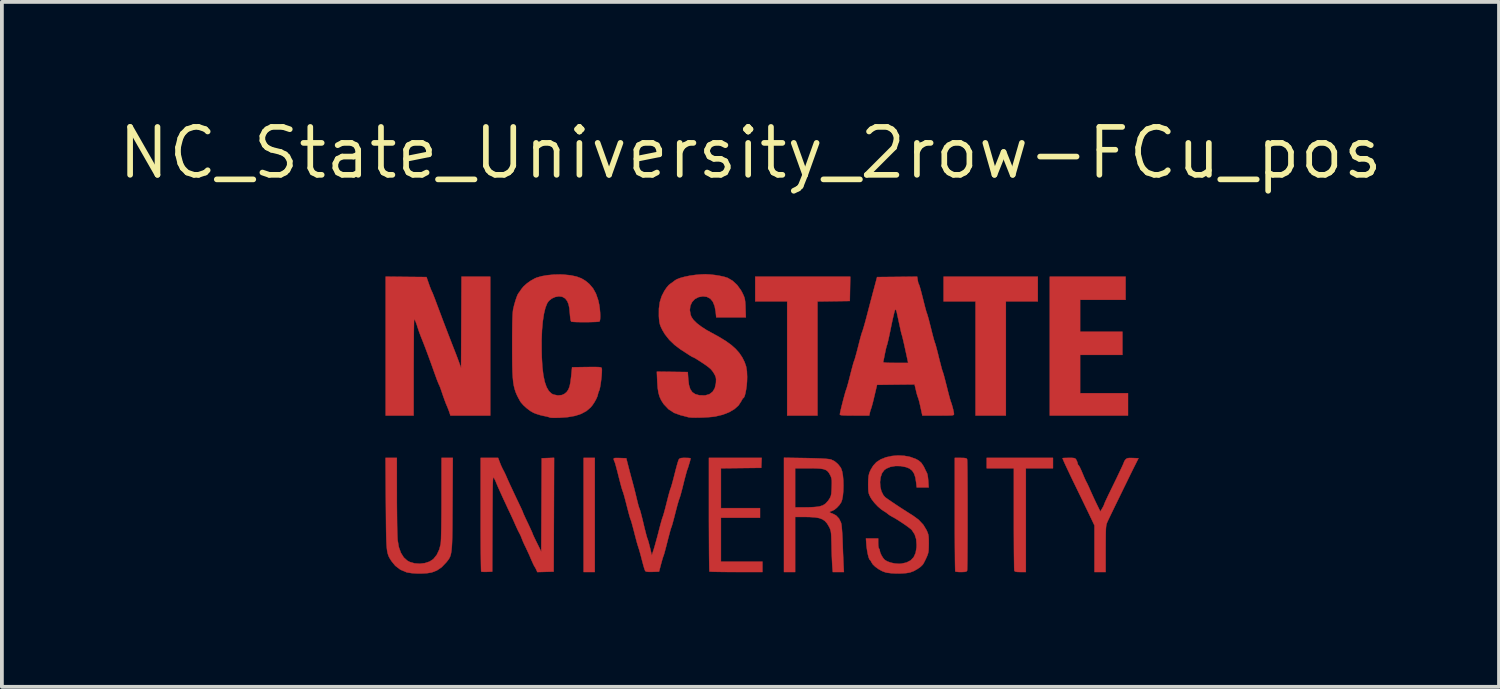
<source format=kicad_pcb>
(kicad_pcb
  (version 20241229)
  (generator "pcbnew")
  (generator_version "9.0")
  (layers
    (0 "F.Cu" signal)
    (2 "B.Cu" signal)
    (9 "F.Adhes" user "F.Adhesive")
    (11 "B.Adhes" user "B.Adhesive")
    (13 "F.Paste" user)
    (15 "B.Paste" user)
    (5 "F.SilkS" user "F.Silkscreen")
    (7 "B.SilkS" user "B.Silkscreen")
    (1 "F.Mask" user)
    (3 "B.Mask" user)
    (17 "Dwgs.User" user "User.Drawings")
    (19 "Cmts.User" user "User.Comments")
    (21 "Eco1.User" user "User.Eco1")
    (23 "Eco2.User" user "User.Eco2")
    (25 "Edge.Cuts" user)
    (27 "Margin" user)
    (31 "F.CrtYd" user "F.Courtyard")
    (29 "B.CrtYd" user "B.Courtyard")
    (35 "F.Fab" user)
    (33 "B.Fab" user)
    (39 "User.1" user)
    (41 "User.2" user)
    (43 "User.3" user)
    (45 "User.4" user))
  (footprint "NC_State_University_2row-FCu_pos"
    (layer "F.Cu")
    (at 16.85 1.006)
    (property "Reference" "NC_State_University_2row-FCu_pos" (at 0 0 0) (layer "F.SilkS") (effects (font (size 1.27 1.27) (thickness 0.15))))
    (attr through_hole)
    (fp_poly (pts (xy -4.128 11.113) (xy -4.424 11.113) (xy -4.424 8.086) (xy -4.128 8.086) (xy -4.128 11.113)) (stroke (width 0.01) (type solid)) (fill yes) (layer "F.Cu"))
    (fp_poly (pts (xy 7.62 3.937) (xy 6.773 3.937) (xy 6.773 6.964) (xy 5.969 6.964) (xy 5.969 3.937) (xy 5.122 3.937) (xy 5.122 3.281) (xy 7.62 3.281) (xy 7.62 3.937)) (stroke (width 0.01) (type solid)) (fill yes) (layer "F.Cu"))
    (fp_poly (pts (xy 2.635 3.926) (xy 2.207 3.932) (xy 1.778 3.938) (xy 1.778 6.964) (xy 0.974 6.964) (xy 0.974 3.937) (xy 0.127 3.937) (xy 0.127 3.281) (xy 2.647 3.281) (xy 2.635 3.926)) (stroke (width 0.01) (type solid)) (fill yes) (layer "F.Cu"))
    (fp_poly (pts (xy 9.948 3.895) (xy 8.742 3.895) (xy 8.742 4.741) (xy 9.864 4.741) (xy 9.864 5.355) (xy 8.742 5.355) (xy 8.742 6.371) (xy 10.012 6.371) (xy 10.012 6.964) (xy 7.938 6.964) (xy 7.938 3.281) (xy 9.948 3.281) (xy 9.948 3.895)) (stroke (width 0.01) (type solid)) (fill yes) (layer "F.Cu"))
    (fp_poly (pts (xy 8.022 8.361) (xy 7.303 8.361) (xy 7.303 11.113) (xy 7.157 11.113) (xy 7.074 11.11) (xy 7.025 11.102) (xy 7.002 11.086) (xy 6.998 11.079) (xy 6.996 11.052) (xy 6.993 10.987) (xy 6.992 10.887) (xy 6.99 10.756) (xy 6.988 10.597) (xy 6.987 10.413) (xy 6.986 10.21) (xy 6.985 9.99) (xy 6.985 9.757) (xy 6.985 9.703) (xy 6.985 8.361) (xy 6.265 8.361) (xy 6.265 8.086) (xy 8.022 8.086) (xy 8.022 8.361)) (stroke (width 0.01) (type solid)) (fill yes) (layer "F.Cu"))
    (fp_poly (pts (xy 0.292 8.218) (xy 0.286 8.35) (xy -0.249 8.356) (xy -0.783 8.362) (xy -0.783 9.419) (xy 0.254 9.419) (xy 0.254 9.673) (xy -0.783 9.673) (xy -0.783 10.837) (xy 0.318 10.837) (xy 0.318 11.113) (xy -0.377 11.113) (xy -0.545 11.112) (xy -0.699 11.111) (xy -0.834 11.109) (xy -0.945 11.107) (xy -1.027 11.104) (xy -1.076 11.101) (xy -1.087 11.098) (xy -1.089 11.075) (xy -1.091 11.014) (xy -1.093 10.916) (xy -1.095 10.787) (xy -1.097 10.628) (xy -1.098 10.445) (xy -1.099 10.239) (xy -1.1 10.016) (xy -1.101 9.777) (xy -1.101 9.585) (xy -1.101 8.086) (xy 0.298 8.086) (xy 0.292 8.218)) (stroke (width 0.01) (type solid)) (fill yes) (layer "F.Cu"))
    (fp_poly (pts (xy 5.66 8.088) (xy 5.712 8.095) (xy 5.738 8.109) (xy 5.744 8.119) (xy 5.747 8.146) (xy 5.749 8.211) (xy 5.751 8.31) (xy 5.753 8.439) (xy 5.754 8.593) (xy 5.755 8.768) (xy 5.756 8.96) (xy 5.757 9.165) (xy 5.757 9.379) (xy 5.757 9.597) (xy 5.757 9.814) (xy 5.757 10.028) (xy 5.756 10.233) (xy 5.755 10.426) (xy 5.754 10.601) (xy 5.753 10.756) (xy 5.751 10.885) (xy 5.749 10.985) (xy 5.747 11.051) (xy 5.745 11.079) (xy 5.744 11.079) (xy 5.727 11.098) (xy 5.687 11.108) (xy 5.616 11.112) (xy 5.589 11.113) (xy 5.515 11.111) (xy 5.459 11.105) (xy 5.433 11.098) (xy 5.43 11.075) (xy 5.428 11.014) (xy 5.426 10.916) (xy 5.424 10.787) (xy 5.423 10.628) (xy 5.421 10.445) (xy 5.42 10.239) (xy 5.419 10.016) (xy 5.419 9.777) (xy 5.419 9.585) (xy 5.419 8.086) (xy 5.575 8.086) (xy 5.66 8.088)) (stroke (width 0.01) (type solid)) (fill yes) (layer "F.Cu"))
    (fp_poly (pts (xy -9.132 3.286) (xy -8.59 3.291) (xy -8.531 3.462) (xy -8.501 3.546) (xy -8.473 3.618) (xy -8.452 3.666) (xy -8.448 3.674) (xy -8.431 3.709) (xy -8.405 3.775) (xy -8.371 3.862) (xy -8.334 3.961) (xy -8.331 3.969) (xy -8.277 4.113) (xy -8.212 4.286) (xy -8.14 4.478) (xy -8.064 4.676) (xy -7.989 4.871) (xy -7.919 5.052) (xy -7.858 5.208) (xy -7.85 5.228) (xy -7.809 5.333) (xy -7.765 5.449) (xy -7.73 5.544) (xy -7.673 5.702) (xy -7.662 3.281) (xy -6.9 3.281) (xy -6.9 6.964) (xy -7.955 6.964) (xy -7.981 6.884) (xy -8.005 6.817) (xy -8.037 6.736) (xy -8.053 6.699) (xy -8.081 6.632) (xy -8.115 6.54) (xy -8.152 6.437) (xy -8.17 6.382) (xy -8.201 6.292) (xy -8.228 6.216) (xy -8.249 6.164) (xy -8.258 6.147) (xy -8.271 6.119) (xy -8.295 6.06) (xy -8.327 5.977) (xy -8.362 5.879) (xy -8.369 5.861) (xy -8.465 5.591) (xy -8.551 5.356) (xy -8.625 5.158) (xy -8.687 4.999) (xy -8.71 4.942) (xy -8.751 4.838) (xy -8.794 4.722) (xy -8.828 4.619) (xy -8.829 4.614) (xy -8.854 4.538) (xy -8.876 4.479) (xy -8.89 4.447) (xy -8.892 4.445) (xy -8.91 4.418) (xy -8.917 4.403) (xy -8.919 4.418) (xy -8.921 4.471) (xy -8.923 4.56) (xy -8.925 4.681) (xy -8.927 4.83) (xy -8.928 5.004) (xy -8.929 5.199) (xy -8.93 5.412) (xy -8.931 5.64) (xy -8.931 5.667) (xy -8.932 6.964) (xy -9.673 6.964) (xy -9.673 3.28) (xy -9.132 3.286)) (stroke (width 0.01) (type solid)) (fill yes) (layer "F.Cu"))
    (fp_poly (pts (xy -9.376 9.075) (xy -9.376 9.284) (xy -9.374 9.487) (xy -9.372 9.678) (xy -9.37 9.853) (xy -9.367 10.005) (xy -9.363 10.13) (xy -9.359 10.221) (xy -9.356 10.266) (xy -9.325 10.449) (xy -9.27 10.603) (xy -9.194 10.725) (xy -9.097 10.813) (xy -9.034 10.846) (xy -8.905 10.883) (xy -8.768 10.893) (xy -8.632 10.876) (xy -8.51 10.836) (xy -8.413 10.773) (xy -8.407 10.768) (xy -8.316 10.654) (xy -8.25 10.512) (xy -8.214 10.369) (xy -8.209 10.317) (xy -8.204 10.226) (xy -8.201 10.101) (xy -8.197 9.943) (xy -8.195 9.758) (xy -8.193 9.549) (xy -8.192 9.318) (xy -8.192 9.16) (xy -8.191 8.086) (xy -7.893 8.086) (xy -7.9 9.308) (xy -7.902 9.581) (xy -7.903 9.814) (xy -7.905 10.012) (xy -7.908 10.179) (xy -7.912 10.317) (xy -7.918 10.43) (xy -7.926 10.522) (xy -7.936 10.595) (xy -7.948 10.655) (xy -7.964 10.703) (xy -7.984 10.744) (xy -8.007 10.781) (xy -8.034 10.817) (xy -8.066 10.856) (xy -8.071 10.862) (xy -8.19 10.986) (xy -8.315 11.071) (xy -8.451 11.123) (xy -8.459 11.125) (xy -8.571 11.143) (xy -8.706 11.151) (xy -8.849 11.151) (xy -8.984 11.142) (xy -9.098 11.124) (xy -9.127 11.116) (xy -9.284 11.049) (xy -9.417 10.948) (xy -9.514 10.829) (xy -9.543 10.785) (xy -9.568 10.744) (xy -9.59 10.703) (xy -9.607 10.659) (xy -9.622 10.608) (xy -9.634 10.546) (xy -9.643 10.47) (xy -9.65 10.377) (xy -9.655 10.262) (xy -9.659 10.122) (xy -9.662 9.953) (xy -9.664 9.753) (xy -9.666 9.517) (xy -9.668 9.287) (xy -9.676 8.086) (xy -9.377 8.086) (xy -9.376 9.075)) (stroke (width 0.01) (type solid)) (fill yes) (layer "F.Cu"))
    (fp_poly (pts (xy 8.529 8.086) (xy 8.582 8.091) (xy 8.612 8.102) (xy 8.632 8.123) (xy 8.646 8.148) (xy 8.669 8.201) (xy 8.678 8.243) (xy 8.678 8.243) (xy 8.688 8.272) (xy 8.697 8.276) (xy 8.712 8.295) (xy 8.739 8.344) (xy 8.773 8.418) (xy 8.805 8.493) (xy 8.843 8.583) (xy 8.876 8.659) (xy 8.901 8.711) (xy 8.912 8.731) (xy 8.927 8.759) (xy 8.954 8.816) (xy 8.989 8.892) (xy 9.006 8.932) (xy 9.053 9.036) (xy 9.108 9.157) (xy 9.163 9.273) (xy 9.181 9.31) (xy 9.278 9.508) (xy 9.327 9.426) (xy 9.357 9.373) (xy 9.375 9.333) (xy 9.377 9.325) (xy 9.386 9.3) (xy 9.41 9.244) (xy 9.447 9.165) (xy 9.492 9.069) (xy 9.512 9.029) (xy 9.621 8.805) (xy 9.713 8.616) (xy 9.787 8.46) (xy 9.844 8.34) (xy 9.883 8.255) (xy 9.903 8.206) (xy 9.906 8.196) (xy 9.919 8.167) (xy 9.946 8.13) (xy 9.973 8.106) (xy 10.006 8.093) (xy 10.057 8.088) (xy 10.139 8.09) (xy 10.29 8.096) (xy 10.216 8.244) (xy 10.171 8.333) (xy 10.115 8.446) (xy 10.05 8.578) (xy 9.979 8.724) (xy 9.903 8.879) (xy 9.826 9.037) (xy 9.75 9.193) (xy 9.677 9.342) (xy 9.611 9.479) (xy 9.553 9.598) (xy 9.507 9.694) (xy 9.474 9.763) (xy 9.459 9.797) (xy 9.447 9.827) (xy 9.438 9.862) (xy 9.431 9.906) (xy 9.426 9.964) (xy 9.423 10.043) (xy 9.421 10.147) (xy 9.42 10.282) (xy 9.419 10.452) (xy 9.419 10.5) (xy 9.419 11.113) (xy 9.123 11.113) (xy 9.123 9.878) (xy 9.057 9.738) (xy 9.037 9.696) (xy 9.014 9.649) (xy 8.988 9.593) (xy 8.955 9.524) (xy 8.914 9.44) (xy 8.863 9.335) (xy 8.801 9.206) (xy 8.725 9.05) (xy 8.634 8.862) (xy 8.555 8.7) (xy 8.481 8.545) (xy 8.415 8.406) (xy 8.359 8.287) (xy 8.316 8.193) (xy 8.288 8.128) (xy 8.276 8.095) (xy 8.276 8.094) (xy 8.296 8.09) (xy 8.347 8.087) (xy 8.422 8.086) (xy 8.445 8.086) (xy 8.529 8.086)) (stroke (width 0.01) (type solid)) (fill yes) (layer "F.Cu"))
    (fp_poly (pts (xy 1.466 8.091) (xy 1.686 8.096) (xy 1.863 8.102) (xy 1.999 8.11) (xy 2.092 8.12) (xy 2.135 8.128) (xy 2.23 8.174) (xy 2.32 8.25) (xy 2.392 8.342) (xy 2.403 8.363) (xy 2.431 8.443) (xy 2.451 8.554) (xy 2.463 8.686) (xy 2.466 8.826) (xy 2.462 8.966) (xy 2.45 9.095) (xy 2.429 9.201) (xy 2.406 9.265) (xy 2.357 9.337) (xy 2.293 9.406) (xy 2.225 9.462) (xy 2.164 9.492) (xy 2.16 9.493) (xy 2.109 9.51) (xy 2.101 9.528) (xy 2.134 9.549) (xy 2.178 9.564) (xy 2.271 9.613) (xy 2.348 9.694) (xy 2.399 9.798) (xy 2.41 9.838) (xy 2.418 9.894) (xy 2.426 9.983) (xy 2.434 10.095) (xy 2.441 10.22) (xy 2.444 10.31) (xy 2.449 10.451) (xy 2.454 10.597) (xy 2.46 10.734) (xy 2.465 10.849) (xy 2.467 10.896) (xy 2.478 11.113) (xy 2.184 11.113) (xy 2.171 10.959) (xy 2.167 10.887) (xy 2.162 10.782) (xy 2.157 10.657) (xy 2.153 10.52) (xy 2.151 10.414) (xy 2.147 10.275) (xy 2.144 10.172) (xy 2.139 10.095) (xy 2.132 10.039) (xy 2.121 9.996) (xy 2.107 9.958) (xy 2.087 9.917) (xy 2.083 9.91) (xy 2.033 9.825) (xy 1.976 9.761) (xy 1.908 9.714) (xy 1.822 9.682) (xy 1.71 9.663) (xy 1.568 9.654) (xy 1.438 9.652) (xy 1.185 9.652) (xy 1.185 11.113) (xy 0.889 11.113) (xy 0.889 8.361) (xy 1.185 8.361) (xy 1.185 9.398) (xy 1.449 9.398) (xy 1.563 9.396) (xy 1.673 9.391) (xy 1.766 9.383) (xy 1.825 9.375) (xy 1.918 9.346) (xy 1.992 9.298) (xy 2.06 9.223) (xy 2.092 9.176) (xy 2.117 9.132) (xy 2.134 9.088) (xy 2.145 9.031) (xy 2.151 8.952) (xy 2.155 8.865) (xy 2.158 8.76) (xy 2.157 8.686) (xy 2.149 8.632) (xy 2.135 8.586) (xy 2.116 8.545) (xy 2.082 8.484) (xy 2.045 8.439) (xy 1.997 8.406) (xy 1.933 8.383) (xy 1.846 8.37) (xy 1.731 8.363) (xy 1.581 8.361) (xy 1.548 8.361) (xy 1.185 8.361) (xy 0.889 8.361) (xy 0.889 8.082) (xy 1.466 8.091)) (stroke (width 0.01) (type solid)) (fill yes) (layer "F.Cu"))
    (fp_poly (pts (xy -5.212 9.593) (xy -5.218 11.102) (xy -5.435 11.108) (xy -5.652 11.114) (xy -5.677 11.055) (xy -5.704 11.001) (xy -5.727 10.964) (xy -5.746 10.93) (xy -5.775 10.869) (xy -5.809 10.792) (xy -5.817 10.774) (xy -5.861 10.67) (xy -5.914 10.555) (xy -5.958 10.461) (xy -6 10.375) (xy -6.038 10.29) (xy -6.064 10.223) (xy -6.066 10.218) (xy -6.092 10.152) (xy -6.119 10.098) (xy -6.125 10.086) (xy -6.146 10.048) (xy -6.178 9.983) (xy -6.215 9.901) (xy -6.232 9.864) (xy -6.276 9.764) (xy -6.323 9.661) (xy -6.363 9.574) (xy -6.371 9.557) (xy -6.43 9.434) (xy -6.49 9.304) (xy -6.551 9.174) (xy -6.607 9.05) (xy -6.658 8.938) (xy -6.699 8.846) (xy -6.728 8.778) (xy -6.742 8.743) (xy -6.764 8.689) (xy -6.796 8.628) (xy -6.797 8.627) (xy -6.805 8.614) (xy -6.812 8.608) (xy -6.818 8.61) (xy -6.823 8.623) (xy -6.827 8.652) (xy -6.83 8.699) (xy -6.833 8.766) (xy -6.835 8.857) (xy -6.837 8.975) (xy -6.838 9.122) (xy -6.839 9.303) (xy -6.841 9.519) (xy -6.842 9.773) (xy -6.842 9.832) (xy -6.847 11.102) (xy -6.986 11.108) (xy -7.059 11.109) (xy -7.115 11.106) (xy -7.139 11.099) (xy -7.142 11.076) (xy -7.144 11.014) (xy -7.146 10.917) (xy -7.148 10.787) (xy -7.15 10.629) (xy -7.152 10.445) (xy -7.153 10.239) (xy -7.154 10.016) (xy -7.154 9.777) (xy -7.154 9.585) (xy -7.154 8.086) (xy -6.692 8.086) (xy -6.646 8.207) (xy -6.614 8.287) (xy -6.579 8.363) (xy -6.559 8.401) (xy -6.528 8.46) (xy -6.49 8.539) (xy -6.466 8.594) (xy -6.436 8.664) (xy -6.394 8.756) (xy -6.339 8.874) (xy -6.27 9.022) (xy -6.185 9.202) (xy -6.115 9.348) (xy -6.078 9.426) (xy -6.05 9.488) (xy -6.034 9.526) (xy -6.032 9.533) (xy -6.024 9.555) (xy -6 9.609) (xy -5.965 9.686) (xy -5.921 9.779) (xy -5.905 9.811) (xy -5.86 9.908) (xy -5.821 9.992) (xy -5.793 10.054) (xy -5.779 10.088) (xy -5.778 10.092) (xy -5.769 10.116) (xy -5.745 10.169) (xy -5.709 10.245) (xy -5.665 10.335) (xy -5.662 10.34) (xy -5.547 10.573) (xy -5.541 9.335) (xy -5.535 8.096) (xy -5.371 8.09) (xy -5.207 8.084) (xy -5.212 9.593)) (stroke (width 0.01) (type solid)) (fill yes) (layer "F.Cu"))
    (fp_poly (pts (xy -1.076 3.223) (xy -0.945 3.237) (xy -0.814 3.258) (xy -0.696 3.284) (xy -0.607 3.312) (xy -0.603 3.314) (xy -0.473 3.39) (xy -0.354 3.5) (xy -0.254 3.638) (xy -0.221 3.697) (xy -0.186 3.769) (xy -0.162 3.827) (xy -0.148 3.883) (xy -0.139 3.95) (xy -0.133 4.039) (xy -0.131 4.11) (xy -0.122 4.36) (xy -0.907 4.36) (xy -0.921 4.217) (xy -0.949 4.063) (xy -0.997 3.945) (xy -1.065 3.863) (xy -1.156 3.815) (xy -1.26 3.802) (xy -1.378 3.823) (xy -1.475 3.875) (xy -1.548 3.954) (xy -1.594 4.053) (xy -1.608 4.166) (xy -1.588 4.288) (xy -1.564 4.35) (xy -1.511 4.427) (xy -1.424 4.513) (xy -1.307 4.603) (xy -1.167 4.694) (xy -1.048 4.76) (xy -0.834 4.877) (xy -0.656 4.986) (xy -0.51 5.091) (xy -0.392 5.196) (xy -0.297 5.303) (xy -0.221 5.416) (xy -0.216 5.424) (xy -0.156 5.544) (xy -0.115 5.662) (xy -0.094 5.79) (xy -0.088 5.939) (xy -0.091 6.054) (xy -0.1 6.166) (xy -0.115 6.273) (xy -0.133 6.368) (xy -0.153 6.442) (xy -0.174 6.488) (xy -0.188 6.498) (xy -0.206 6.516) (xy -0.232 6.56) (xy -0.245 6.586) (xy -0.316 6.695) (xy -0.425 6.792) (xy -0.566 6.875) (xy -0.736 6.941) (xy -0.931 6.987) (xy -0.931 6.987) (xy -1.013 6.998) (xy -1.117 7.007) (xy -1.233 7.014) (xy -1.352 7.018) (xy -1.464 7.019) (xy -1.559 7.017) (xy -1.627 7.011) (xy -1.651 7.006) (xy -1.698 6.993) (xy -1.771 6.974) (xy -1.852 6.954) (xy -2.023 6.893) (xy -2.172 6.796) (xy -2.295 6.666) (xy -2.308 6.649) (xy -2.367 6.556) (xy -2.41 6.463) (xy -2.439 6.359) (xy -2.459 6.234) (xy -2.47 6.077) (xy -2.471 6.058) (xy -2.482 5.799) (xy -1.662 5.81) (xy -1.649 6.003) (xy -1.631 6.151) (xy -1.596 6.264) (xy -1.541 6.344) (xy -1.463 6.396) (xy -1.359 6.425) (xy -1.339 6.427) (xy -1.2 6.429) (xy -1.088 6.397) (xy -1.003 6.333) (xy -0.945 6.237) (xy -0.916 6.109) (xy -0.914 6.083) (xy -0.911 6.003) (xy -0.919 5.946) (xy -0.942 5.89) (xy -0.975 5.833) (xy -1.012 5.778) (xy -1.056 5.728) (xy -1.115 5.678) (xy -1.197 5.618) (xy -1.27 5.569) (xy -1.357 5.512) (xy -1.431 5.465) (xy -1.486 5.433) (xy -1.514 5.419) (xy -1.515 5.419) (xy -1.542 5.408) (xy -1.591 5.379) (xy -1.64 5.348) (xy -1.72 5.296) (xy -1.81 5.237) (xy -1.863 5.203) (xy -2.012 5.09) (xy -2.151 4.956) (xy -2.266 4.811) (xy -2.335 4.696) (xy -2.374 4.616) (xy -2.399 4.55) (xy -2.414 4.484) (xy -2.423 4.401) (xy -2.428 4.326) (xy -2.427 4.127) (xy -2.403 3.954) (xy -2.353 3.796) (xy -2.285 3.663) (xy -2.225 3.573) (xy -2.165 3.503) (xy -2.124 3.47) (xy -2.069 3.432) (xy -2.025 3.398) (xy -2.02 3.393) (xy -1.961 3.354) (xy -1.868 3.317) (xy -1.748 3.284) (xy -1.61 3.255) (xy -1.461 3.234) (xy -1.309 3.221) (xy -1.194 3.217) (xy -1.076 3.223)) (stroke (width 0.01) (type solid)) (fill yes) (layer "F.Cu"))
    (fp_poly (pts (xy 4.08 8.031) (xy 4.24 8.062) (xy 4.388 8.116) (xy 4.46 8.156) (xy 4.531 8.217) (xy 4.591 8.307) (xy 4.604 8.332) (xy 4.638 8.404) (xy 4.669 8.466) (xy 4.685 8.498) (xy 4.696 8.539) (xy 4.707 8.609) (xy 4.715 8.693) (xy 4.716 8.705) (xy 4.726 8.869) (xy 4.409 8.869) (xy 4.397 8.756) (xy 4.375 8.611) (xy 4.339 8.502) (xy 4.287 8.422) (xy 4.214 8.366) (xy 4.126 8.331) (xy 3.984 8.303) (xy 3.843 8.301) (xy 3.712 8.324) (xy 3.602 8.37) (xy 3.548 8.41) (xy 3.488 8.493) (xy 3.451 8.602) (xy 3.436 8.724) (xy 3.443 8.85) (xy 3.472 8.97) (xy 3.523 9.072) (xy 3.57 9.127) (xy 3.603 9.152) (xy 3.665 9.196) (xy 3.749 9.253) (xy 3.847 9.319) (xy 3.954 9.39) (xy 4.062 9.46) (xy 4.164 9.525) (xy 4.252 9.581) (xy 4.297 9.608) (xy 4.459 9.726) (xy 4.585 9.861) (xy 4.669 10.001) (xy 4.696 10.062) (xy 4.714 10.115) (xy 4.724 10.173) (xy 4.728 10.247) (xy 4.729 10.351) (xy 4.729 10.361) (xy 4.727 10.468) (xy 4.723 10.546) (xy 4.713 10.607) (xy 4.695 10.664) (xy 4.667 10.73) (xy 4.666 10.732) (xy 4.63 10.807) (xy 4.596 10.873) (xy 4.572 10.913) (xy 4.511 10.974) (xy 4.424 11.035) (xy 4.326 11.089) (xy 4.232 11.124) (xy 4.133 11.141) (xy 4.008 11.15) (xy 3.871 11.152) (xy 3.738 11.145) (xy 3.623 11.131) (xy 3.578 11.121) (xy 3.49 11.087) (xy 3.398 11.036) (xy 3.313 10.975) (xy 3.247 10.912) (xy 3.21 10.856) (xy 3.189 10.813) (xy 3.171 10.795) (xy 3.171 10.795) (xy 3.154 10.775) (xy 3.134 10.723) (xy 3.114 10.646) (xy 3.096 10.554) (xy 3.082 10.456) (xy 3.076 10.399) (xy 3.063 10.223) (xy 3.387 10.223) (xy 3.387 10.349) (xy 3.39 10.419) (xy 3.399 10.47) (xy 3.408 10.488) (xy 3.425 10.518) (xy 3.429 10.543) (xy 3.442 10.601) (xy 3.476 10.674) (xy 3.521 10.745) (xy 3.56 10.789) (xy 3.625 10.829) (xy 3.718 10.863) (xy 3.825 10.886) (xy 3.932 10.895) (xy 3.996 10.892) (xy 4.138 10.861) (xy 4.249 10.804) (xy 4.329 10.719) (xy 4.381 10.604) (xy 4.405 10.458) (xy 4.407 10.39) (xy 4.395 10.24) (xy 4.355 10.114) (xy 4.283 10.004) (xy 4.28 9.999) (xy 4.244 9.966) (xy 4.18 9.918) (xy 4.099 9.859) (xy 4.008 9.798) (xy 3.916 9.738) (xy 3.833 9.687) (xy 3.772 9.654) (xy 3.709 9.618) (xy 3.658 9.583) (xy 3.644 9.572) (xy 3.598 9.535) (xy 3.549 9.505) (xy 3.467 9.45) (xy 3.376 9.371) (xy 3.289 9.279) (xy 3.217 9.186) (xy 3.185 9.134) (xy 3.157 9.078) (xy 3.139 9.03) (xy 3.129 8.977) (xy 3.124 8.91) (xy 3.122 8.815) (xy 3.122 8.777) (xy 3.125 8.655) (xy 3.134 8.561) (xy 3.153 8.483) (xy 3.186 8.408) (xy 3.237 8.322) (xy 3.257 8.291) (xy 3.341 8.199) (xy 3.456 8.125) (xy 3.594 8.07) (xy 3.75 8.036) (xy 3.914 8.022) (xy 4.08 8.031)) (stroke (width 0.01) (type solid)) (fill yes) (layer "F.Cu"))
    (fp_poly (pts (xy -4.953 3.226) (xy -4.766 3.245) (xy -4.611 3.278) (xy -4.48 3.327) (xy -4.366 3.397) (xy -4.272 3.476) (xy -4.174 3.591) (xy -4.097 3.73) (xy -4.039 3.899) (xy -4.032 3.926) (xy -4.011 4.023) (xy -3.996 4.129) (xy -3.986 4.234) (xy -3.983 4.329) (xy -3.986 4.407) (xy -3.996 4.456) (xy -4.004 4.469) (xy -4.035 4.475) (xy -4.098 4.48) (xy -4.187 4.483) (xy -4.291 4.486) (xy -4.402 4.486) (xy -4.511 4.486) (xy -4.61 4.484) (xy -4.689 4.48) (xy -4.741 4.475) (xy -4.754 4.471) (xy -4.765 4.444) (xy -4.776 4.386) (xy -4.785 4.305) (xy -4.789 4.253) (xy -4.802 4.114) (xy -4.824 4.009) (xy -4.858 3.929) (xy -4.906 3.866) (xy -4.919 3.854) (xy -4.992 3.813) (xy -5.081 3.802) (xy -5.177 3.819) (xy -5.268 3.86) (xy -5.345 3.922) (xy -5.389 3.983) (xy -5.438 4.106) (xy -5.477 4.269) (xy -5.507 4.467) (xy -5.528 4.699) (xy -5.538 4.962) (xy -5.537 5.252) (xy -5.533 5.419) (xy -5.518 5.675) (xy -5.492 5.892) (xy -5.455 6.07) (xy -5.406 6.21) (xy -5.346 6.313) (xy -5.274 6.382) (xy -5.226 6.406) (xy -5.106 6.431) (xy -4.998 6.419) (xy -4.93 6.387) (xy -4.873 6.339) (xy -4.83 6.277) (xy -4.797 6.194) (xy -4.773 6.082) (xy -4.755 5.935) (xy -4.754 5.93) (xy -4.73 5.683) (xy -4.344 5.677) (xy -4.205 5.676) (xy -4.104 5.676) (xy -4.033 5.678) (xy -3.987 5.682) (xy -3.961 5.689) (xy -3.947 5.7) (xy -3.944 5.707) (xy -3.939 5.747) (xy -3.941 5.819) (xy -3.947 5.911) (xy -3.958 6.013) (xy -3.971 6.114) (xy -3.986 6.203) (xy -4 6.27) (xy -4.011 6.3) (xy -4.033 6.352) (xy -4.043 6.392) (xy -4.056 6.447) (xy -4.089 6.523) (xy -4.135 6.606) (xy -4.188 6.686) (xy -4.24 6.749) (xy -4.353 6.845) (xy -4.489 6.918) (xy -4.65 6.971) (xy -4.843 7.005) (xy -5.059 7.021) (xy -5.157 7.023) (xy -5.239 7.023) (xy -5.295 7.02) (xy -5.317 7.016) (xy -5.344 7.005) (xy -5.4 6.99) (xy -5.475 6.974) (xy -5.483 6.973) (xy -5.58 6.95) (xy -5.681 6.918) (xy -5.75 6.891) (xy -5.836 6.842) (xy -5.928 6.773) (xy -6.014 6.696) (xy -6.082 6.62) (xy -6.107 6.583) (xy -6.155 6.496) (xy -6.195 6.416) (xy -6.228 6.337) (xy -6.254 6.256) (xy -6.275 6.168) (xy -6.291 6.068) (xy -6.302 5.95) (xy -6.31 5.811) (xy -6.315 5.646) (xy -6.317 5.45) (xy -6.318 5.219) (xy -6.318 5.112) (xy -6.318 4.872) (xy -6.316 4.672) (xy -6.314 4.507) (xy -6.31 4.375) (xy -6.305 4.273) (xy -6.299 4.197) (xy -6.292 4.144) (xy -6.29 4.138) (xy -6.265 4.032) (xy -6.235 3.927) (xy -6.204 3.834) (xy -6.176 3.763) (xy -6.153 3.722) (xy -6.152 3.72) (xy -6.125 3.686) (xy -6.089 3.633) (xy -6.078 3.615) (xy -6.017 3.54) (xy -5.929 3.461) (xy -5.825 3.387) (xy -5.717 3.327) (xy -5.666 3.305) (xy -5.539 3.269) (xy -5.384 3.242) (xy -5.214 3.226) (xy -5.042 3.222) (xy -4.953 3.226)) (stroke (width 0.01) (type solid)) (fill yes) (layer "F.Cu"))
    (fp_poly (pts (xy -1.659 8.087) (xy -1.608 8.092) (xy -1.588 8.098) (xy -1.587 8.098) (xy -1.593 8.13) (xy -1.608 8.188) (xy -1.629 8.257) (xy -1.649 8.325) (xy -1.667 8.377) (xy -1.674 8.393) (xy -1.685 8.427) (xy -1.704 8.494) (xy -1.729 8.587) (xy -1.758 8.697) (xy -1.778 8.779) (xy -1.807 8.896) (xy -1.835 9.001) (xy -1.858 9.085) (xy -1.876 9.141) (xy -1.883 9.16) (xy -1.895 9.192) (xy -1.915 9.258) (xy -1.941 9.349) (xy -1.97 9.459) (xy -1.992 9.545) (xy -2.022 9.663) (xy -2.05 9.767) (xy -2.073 9.851) (xy -2.09 9.907) (xy -2.098 9.926) (xy -2.109 9.957) (xy -2.128 10.021) (xy -2.152 10.112) (xy -2.181 10.22) (xy -2.203 10.308) (xy -2.233 10.425) (xy -2.26 10.527) (xy -2.282 10.609) (xy -2.298 10.662) (xy -2.304 10.679) (xy -2.315 10.707) (xy -2.334 10.767) (xy -2.356 10.847) (xy -2.371 10.901) (xy -2.424 11.102) (xy -2.595 11.108) (xy -2.695 11.109) (xy -2.758 11.102) (xy -2.789 11.087) (xy -2.789 11.087) (xy -2.802 11.057) (xy -2.823 10.994) (xy -2.847 10.908) (xy -2.874 10.807) (xy -2.877 10.795) (xy -2.905 10.687) (xy -2.932 10.588) (xy -2.955 10.508) (xy -2.972 10.457) (xy -2.972 10.456) (xy -2.987 10.41) (xy -3.01 10.332) (xy -3.037 10.231) (xy -3.067 10.117) (xy -3.08 10.065) (xy -3.109 9.954) (xy -3.135 9.857) (xy -3.156 9.782) (xy -3.171 9.736) (xy -3.175 9.726) (xy -3.186 9.699) (xy -3.204 9.639) (xy -3.228 9.552) (xy -3.256 9.445) (xy -3.279 9.356) (xy -3.309 9.238) (xy -3.337 9.132) (xy -3.361 9.047) (xy -3.379 8.99) (xy -3.387 8.97) (xy -3.398 8.939) (xy -3.418 8.873) (xy -3.443 8.782) (xy -3.471 8.673) (xy -3.493 8.589) (xy -3.522 8.472) (xy -3.55 8.366) (xy -3.573 8.28) (xy -3.59 8.222) (xy -3.597 8.202) (xy -3.621 8.145) (xy -3.629 8.11) (xy -3.613 8.093) (xy -3.568 8.088) (xy -3.488 8.089) (xy -3.467 8.09) (xy -3.293 8.096) (xy -3.225 8.361) (xy -3.194 8.48) (xy -3.162 8.601) (xy -3.132 8.71) (xy -3.112 8.784) (xy -3.088 8.875) (xy -3.059 8.989) (xy -3.03 9.109) (xy -3.014 9.175) (xy -2.991 9.271) (xy -2.97 9.351) (xy -2.953 9.407) (xy -2.943 9.429) (xy -2.933 9.456) (xy -2.915 9.517) (xy -2.892 9.605) (xy -2.864 9.714) (xy -2.836 9.832) (xy -2.807 9.954) (xy -2.779 10.062) (xy -2.757 10.15) (xy -2.739 10.209) (xy -2.73 10.234) (xy -2.719 10.263) (xy -2.701 10.323) (xy -2.68 10.404) (xy -2.665 10.462) (xy -2.616 10.669) (xy -2.566 10.516) (xy -2.543 10.441) (xy -2.514 10.336) (xy -2.48 10.214) (xy -2.446 10.085) (xy -2.431 10.025) (xy -2.401 9.909) (xy -2.373 9.806) (xy -2.35 9.724) (xy -2.333 9.67) (xy -2.326 9.653) (xy -2.315 9.622) (xy -2.296 9.558) (xy -2.271 9.468) (xy -2.243 9.359) (xy -2.222 9.275) (xy -2.192 9.158) (xy -2.165 9.053) (xy -2.141 8.969) (xy -2.124 8.913) (xy -2.116 8.894) (xy -2.104 8.862) (xy -2.085 8.797) (xy -2.06 8.706) (xy -2.031 8.596) (xy -2.01 8.513) (xy -1.98 8.395) (xy -1.952 8.29) (xy -1.927 8.204) (xy -1.908 8.146) (xy -1.899 8.127) (xy -1.878 8.104) (xy -1.842 8.091) (xy -1.782 8.086) (xy -1.731 8.086) (xy -1.659 8.087)) (stroke (width 0.01) (type solid)) (fill yes) (layer "F.Cu"))
    (fp_poly (pts (xy 4.436 3.376) (xy 4.447 3.435) (xy 4.461 3.475) (xy 4.466 3.482) (xy 4.476 3.505) (xy 4.494 3.562) (xy 4.518 3.647) (xy 4.546 3.754) (xy 4.575 3.868) (xy 4.605 3.988) (xy 4.632 4.094) (xy 4.655 4.178) (xy 4.671 4.234) (xy 4.68 4.255) (xy 4.688 4.278) (xy 4.705 4.335) (xy 4.729 4.42) (xy 4.756 4.526) (xy 4.784 4.636) (xy 4.814 4.757) (xy 4.842 4.865) (xy 4.866 4.953) (xy 4.884 5.013) (xy 4.893 5.038) (xy 4.904 5.068) (xy 4.922 5.132) (xy 4.946 5.222) (xy 4.974 5.331) (xy 4.995 5.419) (xy 5.025 5.536) (xy 5.052 5.641) (xy 5.074 5.725) (xy 5.091 5.781) (xy 5.098 5.8) (xy 5.109 5.83) (xy 5.128 5.894) (xy 5.152 5.984) (xy 5.18 6.094) (xy 5.205 6.191) (xy 5.235 6.312) (xy 5.263 6.42) (xy 5.287 6.508) (xy 5.304 6.569) (xy 5.313 6.593) (xy 5.333 6.65) (xy 5.356 6.727) (xy 5.377 6.808) (xy 5.392 6.878) (xy 5.397 6.919) (xy 5.396 6.935) (xy 5.389 6.946) (xy 5.369 6.954) (xy 5.332 6.959) (xy 5.273 6.962) (xy 5.185 6.963) (xy 5.064 6.964) (xy 4.978 6.964) (xy 4.559 6.964) (xy 4.509 6.736) (xy 4.488 6.642) (xy 4.468 6.563) (xy 4.452 6.508) (xy 4.444 6.488) (xy 4.433 6.458) (xy 4.415 6.399) (xy 4.395 6.321) (xy 4.391 6.302) (xy 4.352 6.138) (xy 3.855 6.143) (xy 3.357 6.149) (xy 3.287 6.445) (xy 3.261 6.555) (xy 3.236 6.653) (xy 3.215 6.729) (xy 3.2 6.776) (xy 3.197 6.784) (xy 3.179 6.835) (xy 3.164 6.895) (xy 3.15 6.964) (xy 2.761 6.964) (xy 2.621 6.963) (xy 2.518 6.962) (xy 2.446 6.958) (xy 2.402 6.953) (xy 2.378 6.945) (xy 2.371 6.935) (xy 2.371 6.933) (xy 2.376 6.899) (xy 2.39 6.833) (xy 2.411 6.745) (xy 2.436 6.644) (xy 2.463 6.539) (xy 2.49 6.44) (xy 2.513 6.355) (xy 2.532 6.294) (xy 2.542 6.267) (xy 2.553 6.236) (xy 2.572 6.171) (xy 2.597 6.081) (xy 2.625 5.972) (xy 2.646 5.889) (xy 2.676 5.771) (xy 2.704 5.667) (xy 2.727 5.582) (xy 2.74 5.54) (xy 3.519 5.54) (xy 3.525 5.551) (xy 3.553 5.558) (xy 3.61 5.563) (xy 3.698 5.566) (xy 3.824 5.567) (xy 3.846 5.567) (xy 4.183 5.567) (xy 4.106 5.212) (xy 4.08 5.093) (xy 4.056 4.988) (xy 4.036 4.903) (xy 4.021 4.846) (xy 4.015 4.826) (xy 4.009 4.807) (xy 3.999 4.77) (xy 3.985 4.711) (xy 3.967 4.627) (xy 3.942 4.513) (xy 3.91 4.365) (xy 3.878 4.216) (xy 3.862 4.17) (xy 3.844 4.149) (xy 3.842 4.148) (xy 3.832 4.169) (xy 3.815 4.225) (xy 3.794 4.311) (xy 3.769 4.42) (xy 3.742 4.546) (xy 3.731 4.6) (xy 3.704 4.734) (xy 3.678 4.857) (xy 3.655 4.96) (xy 3.636 5.038) (xy 3.624 5.084) (xy 3.621 5.091) (xy 3.609 5.13) (xy 3.591 5.199) (xy 3.573 5.285) (xy 3.565 5.323) (xy 3.548 5.411) (xy 3.533 5.483) (xy 3.522 5.53) (xy 3.519 5.54) (xy 2.74 5.54) (xy 2.745 5.526) (xy 2.752 5.508) (xy 2.764 5.476) (xy 2.783 5.41) (xy 2.808 5.319) (xy 2.837 5.21) (xy 2.858 5.127) (xy 2.888 5.009) (xy 2.915 4.905) (xy 2.939 4.82) (xy 2.956 4.764) (xy 2.964 4.746) (xy 2.975 4.714) (xy 2.995 4.649) (xy 3.022 4.557) (xy 3.052 4.448) (xy 3.078 4.35) (xy 3.118 4.196) (xy 3.164 4.021) (xy 3.211 3.844) (xy 3.253 3.684) (xy 3.265 3.641) (xy 3.358 3.291) (xy 3.89 3.286) (xy 4.421 3.28) (xy 4.436 3.376)) (stroke (width 0.01) (type solid)) (fill yes) (layer "F.Cu")))
  (gr_rect
    (start -3 -3)
    (end 36.7 15.163)
    (stroke (width 0.1) (type default))
    (fill no)
    (layer "Edge.Cuts")))
</source>
